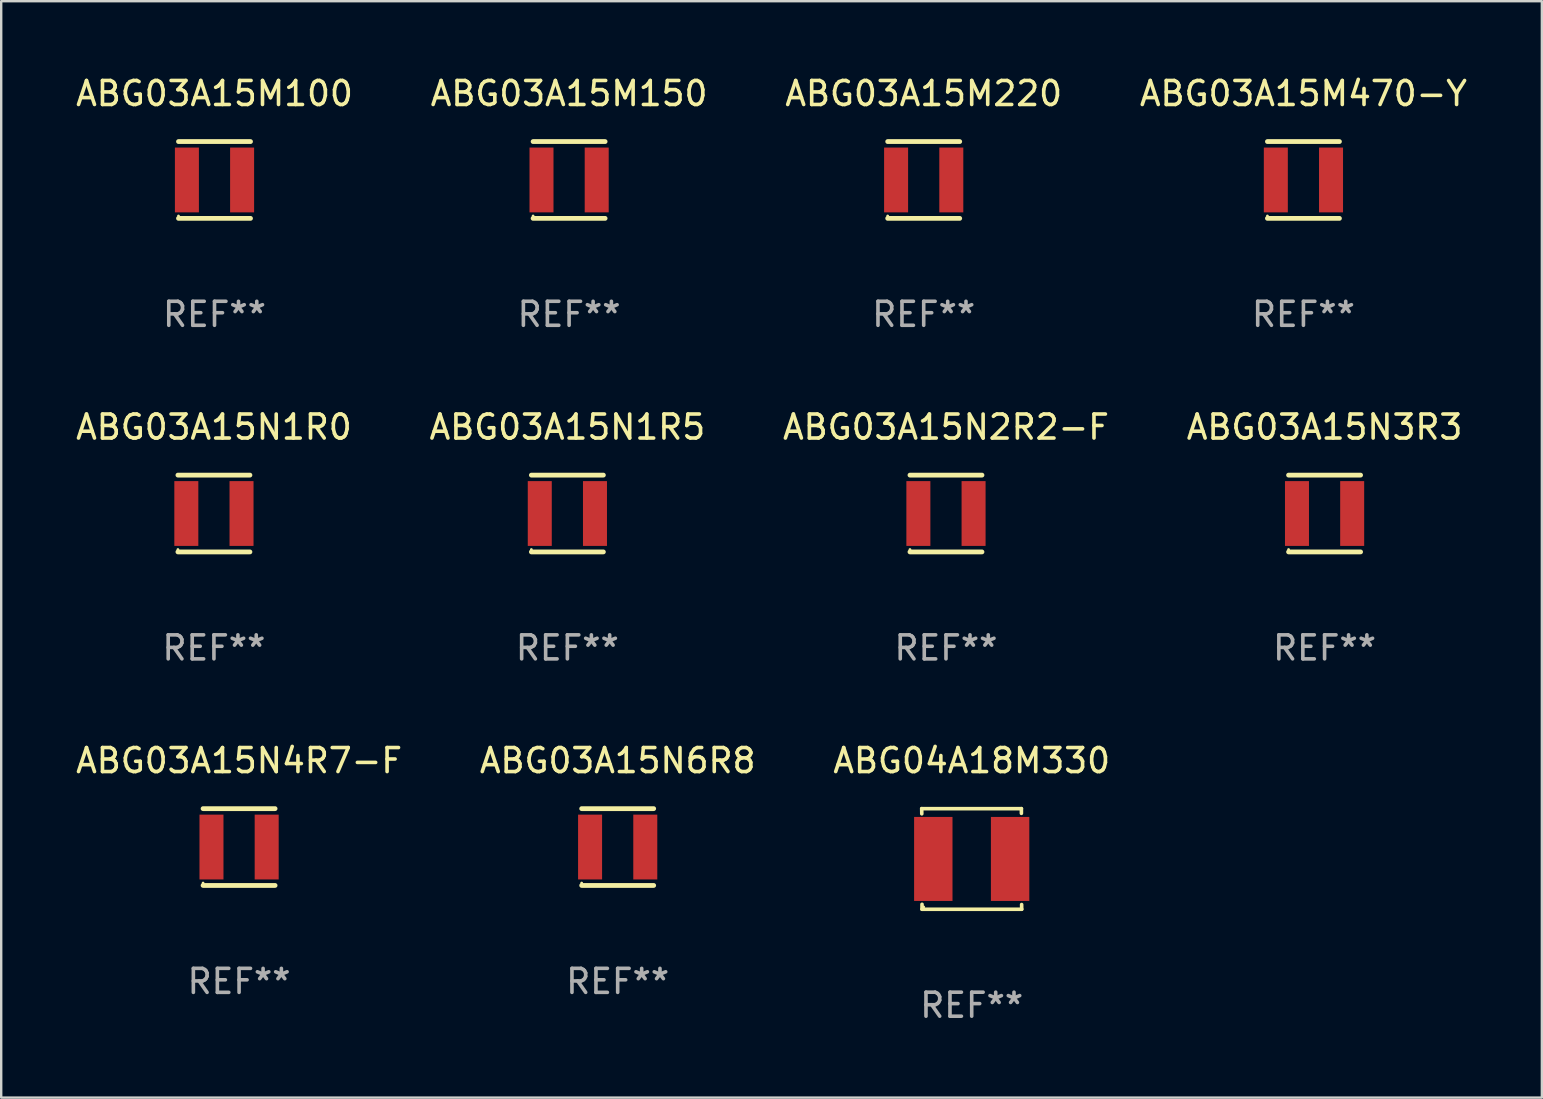
<source format=kicad_pcb>
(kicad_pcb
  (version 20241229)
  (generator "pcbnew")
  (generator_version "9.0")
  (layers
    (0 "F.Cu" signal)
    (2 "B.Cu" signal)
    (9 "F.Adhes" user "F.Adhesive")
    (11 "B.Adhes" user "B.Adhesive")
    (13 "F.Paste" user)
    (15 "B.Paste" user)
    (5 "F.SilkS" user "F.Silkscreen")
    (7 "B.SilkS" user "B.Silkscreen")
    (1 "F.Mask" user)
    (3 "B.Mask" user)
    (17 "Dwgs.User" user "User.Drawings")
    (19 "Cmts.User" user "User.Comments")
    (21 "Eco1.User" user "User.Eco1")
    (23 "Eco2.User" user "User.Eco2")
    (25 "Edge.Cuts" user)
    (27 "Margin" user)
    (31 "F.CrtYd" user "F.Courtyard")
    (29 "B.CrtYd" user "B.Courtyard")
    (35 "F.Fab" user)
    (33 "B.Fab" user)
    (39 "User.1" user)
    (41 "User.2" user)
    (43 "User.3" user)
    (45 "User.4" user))
  (footprint "ABG03A15N2R2-F"
    (layer "F.Cu")
    (at 36.363 18.345)
    (property "Reference" "ABG03A15N2R2-F" (at 0 -3.6 0) (layer "F.SilkS") (effects (font (size 1 1) (thickness 0.15))))
    (attr through_hole)
    (fp_line (start -1.5 -1.6) (end 1.5 -1.6) (stroke (width 0.2) (type solid)) (layer "F.SilkS"))
    (fp_line (start -1.5 1.6) (end 1.5 1.6) (stroke (width 0.2) (type solid)) (layer "F.SilkS"))
    (fp_circle (center -1.5 1.5) (end -1.47 1.5) (stroke (width 0.06) (type solid)) (fill no) (layer "F.SilkS"))
    (fp_text user "REF**" (at 0 5.6 0) (layer "F.Fab") (effects (font (size 1 1) (thickness 0.15))))
    (pad "1" smd rect (at -1.15 0) (size 1 2.7) (layers "F.Cu" "F.Mask" "F.Paste"))
    (pad "2" smd rect (at 1.15 0) (size 1 2.7) (layers "F.Cu" "F.Mask" "F.Paste")))
  (footprint "ABG03A15N6R8"
    (layer "F.Cu")
    (at 22.685 32.241)
    (property "Reference" "ABG03A15N6R8" (at 0 -3.6 0) (layer "F.SilkS") (effects (font (size 1 1) (thickness 0.15))))
    (attr through_hole)
    (fp_line (start -1.5 -1.6) (end 1.5 -1.6) (stroke (width 0.2) (type solid)) (layer "F.SilkS"))
    (fp_line (start -1.5 1.6) (end 1.5 1.6) (stroke (width 0.2) (type solid)) (layer "F.SilkS"))
    (fp_circle (center -1.5 1.5) (end -1.47 1.5) (stroke (width 0.06) (type solid)) (fill no) (layer "F.SilkS"))
    (fp_text user "REF**" (at 0 5.6 0) (layer "F.Fab") (effects (font (size 1 1) (thickness 0.15))))
    (pad "1" smd rect (at -1.15 0) (size 1 2.7) (layers "F.Cu" "F.Mask" "F.Paste"))
    (pad "2" smd rect (at 1.15 0) (size 1 2.7) (layers "F.Cu" "F.Mask" "F.Paste")))
  (footprint "ABG03A15M100"
    (layer "F.Cu")
    (at 5.887 4.448)
    (property "Reference" "ABG03A15M100" (at 0 -3.6 0) (layer "F.SilkS") (effects (font (size 1 1) (thickness 0.15))))
    (attr through_hole)
    (fp_line (start -1.5 -1.6) (end 1.5 -1.6) (stroke (width 0.2) (type solid)) (layer "F.SilkS"))
    (fp_line (start -1.5 1.6) (end 1.5 1.6) (stroke (width 0.2) (type solid)) (layer "F.SilkS"))
    (fp_circle (center -1.5 1.5) (end -1.47 1.5) (stroke (width 0.06) (type solid)) (fill no) (layer "F.SilkS"))
    (fp_text user "REF**" (at 0 5.6 0) (layer "F.Fab") (effects (font (size 1 1) (thickness 0.15))))
    (pad "1" smd rect (at -1.15 0) (size 1 2.7) (layers "F.Cu" "F.Mask" "F.Paste"))
    (pad "2" smd rect (at 1.15 0) (size 1 2.7) (layers "F.Cu" "F.Mask" "F.Paste")))
  (footprint "ABG03A15N3R3"
    (layer "F.Cu")
    (at 52.137 18.345)
    (property "Reference" "ABG03A15N3R3" (at 0 -3.6 0) (layer "F.SilkS") (effects (font (size 1 1) (thickness 0.15))))
    (attr through_hole)
    (fp_line (start -1.5 -1.6) (end 1.5 -1.6) (stroke (width 0.2) (type solid)) (layer "F.SilkS"))
    (fp_line (start -1.5 1.6) (end 1.5 1.6) (stroke (width 0.2) (type solid)) (layer "F.SilkS"))
    (fp_circle (center -1.5 1.5) (end -1.47 1.5) (stroke (width 0.06) (type solid)) (fill no) (layer "F.SilkS"))
    (fp_text user "REF**" (at 0 5.6 0) (layer "F.Fab") (effects (font (size 1 1) (thickness 0.15))))
    (pad "1" smd rect (at -1.15 0) (size 1 2.7) (layers "F.Cu" "F.Mask" "F.Paste"))
    (pad "2" smd rect (at 1.15 0) (size 1 2.7) (layers "F.Cu" "F.Mask" "F.Paste")))
  (footprint "ABG03A15N4R7-F"
    (layer "F.Cu")
    (at 6.911 32.241)
    (property "Reference" "ABG03A15N4R7-F" (at 0 -3.6 0) (layer "F.SilkS") (effects (font (size 1 1) (thickness 0.15))))
    (attr through_hole)
    (fp_line (start -1.5 -1.6) (end 1.5 -1.6) (stroke (width 0.2) (type solid)) (layer "F.SilkS"))
    (fp_line (start -1.5 1.6) (end 1.5 1.6) (stroke (width 0.2) (type solid)) (layer "F.SilkS"))
    (fp_circle (center -1.5 1.5) (end -1.47 1.5) (stroke (width 0.06) (type solid)) (fill no) (layer "F.SilkS"))
    (fp_text user "REF**" (at 0 5.6 0) (layer "F.Fab") (effects (font (size 1 1) (thickness 0.15))))
    (pad "1" smd rect (at -1.15 0) (size 1 2.7) (layers "F.Cu" "F.Mask" "F.Paste"))
    (pad "2" smd rect (at 1.15 0) (size 1 2.7) (layers "F.Cu" "F.Mask" "F.Paste")))
  (footprint "ABG03A15M220"
    (layer "F.Cu")
    (at 35.435 4.448)
    (property "Reference" "ABG03A15M220" (at 0 -3.6 0) (layer "F.SilkS") (effects (font (size 1 1) (thickness 0.15))))
    (attr through_hole)
    (fp_line (start -1.5 -1.6) (end 1.5 -1.6) (stroke (width 0.2) (type solid)) (layer "F.SilkS"))
    (fp_line (start -1.5 1.6) (end 1.5 1.6) (stroke (width 0.2) (type solid)) (layer "F.SilkS"))
    (fp_circle (center -1.5 1.5) (end -1.47 1.5) (stroke (width 0.06) (type solid)) (fill no) (layer "F.SilkS"))
    (fp_text user "REF**" (at 0 5.6 0) (layer "F.Fab") (effects (font (size 1 1) (thickness 0.15))))
    (pad "1" smd rect (at -1.15 0) (size 1 2.7) (layers "F.Cu" "F.Mask" "F.Paste"))
    (pad "2" smd rect (at 1.15 0) (size 1 2.7) (layers "F.Cu" "F.Mask" "F.Paste")))
  (footprint "ABG03A15M150"
    (layer "F.Cu")
    (at 20.661 4.448)
    (property "Reference" "ABG03A15M150" (at 0 -3.6 0) (layer "F.SilkS") (effects (font (size 1 1) (thickness 0.15))))
    (attr through_hole)
    (fp_line (start -1.5 -1.6) (end 1.5 -1.6) (stroke (width 0.2) (type solid)) (layer "F.SilkS"))
    (fp_line (start -1.5 1.6) (end 1.5 1.6) (stroke (width 0.2) (type solid)) (layer "F.SilkS"))
    (fp_circle (center -1.5 1.5) (end -1.47 1.5) (stroke (width 0.06) (type solid)) (fill no) (layer "F.SilkS"))
    (fp_text user "REF**" (at 0 5.6 0) (layer "F.Fab") (effects (font (size 1 1) (thickness 0.15))))
    (pad "1" smd rect (at -1.15 0) (size 1 2.7) (layers "F.Cu" "F.Mask" "F.Paste"))
    (pad "2" smd rect (at 1.15 0) (size 1 2.7) (layers "F.Cu" "F.Mask" "F.Paste")))
  (footprint "ABG03A15N1R5"
    (layer "F.Cu")
    (at 20.589 18.345)
    (property "Reference" "ABG03A15N1R5" (at 0 -3.6 0) (layer "F.SilkS") (effects (font (size 1 1) (thickness 0.15))))
    (attr through_hole)
    (fp_line (start -1.5 -1.6) (end 1.5 -1.6) (stroke (width 0.2) (type solid)) (layer "F.SilkS"))
    (fp_line (start -1.5 1.6) (end 1.5 1.6) (stroke (width 0.2) (type solid)) (layer "F.SilkS"))
    (fp_circle (center -1.5 1.5) (end -1.47 1.5) (stroke (width 0.06) (type solid)) (fill no) (layer "F.SilkS"))
    (fp_text user "REF**" (at 0 5.6 0) (layer "F.Fab") (effects (font (size 1 1) (thickness 0.15))))
    (pad "1" smd rect (at -1.15 0) (size 1 2.7) (layers "F.Cu" "F.Mask" "F.Paste"))
    (pad "2" smd rect (at 1.15 0) (size 1 2.7) (layers "F.Cu" "F.Mask" "F.Paste")))
  (footprint "ABG03A15N1R0"
    (layer "F.Cu")
    (at 5.863 18.345)
    (property "Reference" "ABG03A15N1R0" (at 0 -3.6 0) (layer "F.SilkS") (effects (font (size 1 1) (thickness 0.15))))
    (attr through_hole)
    (fp_line (start -1.5 -1.6) (end 1.5 -1.6) (stroke (width 0.2) (type solid)) (layer "F.SilkS"))
    (fp_line (start -1.5 1.6) (end 1.5 1.6) (stroke (width 0.2) (type solid)) (layer "F.SilkS"))
    (fp_circle (center -1.5 1.5) (end -1.47 1.5) (stroke (width 0.06) (type solid)) (fill no) (layer "F.SilkS"))
    (fp_text user "REF**" (at 0 5.6 0) (layer "F.Fab") (effects (font (size 1 1) (thickness 0.15))))
    (pad "1" smd rect (at -1.15 0) (size 1 2.7) (layers "F.Cu" "F.Mask" "F.Paste"))
    (pad "2" smd rect (at 1.15 0) (size 1 2.7) (layers "F.Cu" "F.Mask" "F.Paste")))
  (footprint "ABG04A18M330"
    (layer "F.Cu")
    (at 37.435 32.737)
    (property "Reference" "ABG04A18M330" (at 0 -4.096 0) (layer "F.SilkS") (effects (font (size 1 1) (thickness 0.15))))
    (attr through_hole)
    (fp_line (start -2.083 -2.096) (end -2.08 -1.88) (stroke (width 0.15) (type solid)) (layer "F.SilkS"))
    (fp_line (start -2.07 1.89) (end -2.07 2.096) (stroke (width 0.15) (type solid)) (layer "F.SilkS"))
    (fp_line (start -2.07 2.096) (end 2.083 2.096) (stroke (width 0.15) (type solid)) (layer "F.SilkS"))
    (fp_line (start 2.07 -1.9) (end 2.07 -2.096) (stroke (width 0.15) (type solid)) (layer "F.SilkS"))
    (fp_line (start 2.07 -2.096) (end -2.083 -2.096) (stroke (width 0.15) (type solid)) (layer "F.SilkS"))
    (fp_line (start 2.083 2.096) (end 2.08 1.9) (stroke (width 0.15) (type solid)) (layer "F.SilkS"))
    (fp_circle (center -2 2) (end -1.97 2) (stroke (width 0.06) (type solid)) (fill no) (layer "F.SilkS"))
    (fp_text user "REF**" (at 0 6.096 0) (layer "F.Fab") (effects (font (size 1 1) (thickness 0.15))))
    (pad "1" smd rect (at -1.6 -0.000343) (size 1.6 3.5) (layers "F.Cu" "F.Mask" "F.Paste"))
    (pad "2" smd rect (at 1.6 -0.000343) (size 1.6 3.5) (layers "F.Cu" "F.Mask" "F.Paste")))
  (footprint "ABG03A15M470-Y"
    (layer "F.Cu")
    (at 51.256 4.448)
    (property "Reference" "ABG03A15M470-Y" (at 0 -3.6 0) (layer "F.SilkS") (effects (font (size 1 1) (thickness 0.15))))
    (attr through_hole)
    (fp_line (start -1.5 -1.6) (end 1.5 -1.6) (stroke (width 0.2) (type solid)) (layer "F.SilkS"))
    (fp_line (start -1.5 1.6) (end 1.5 1.6) (stroke (width 0.2) (type solid)) (layer "F.SilkS"))
    (fp_circle (center -1.5 1.5) (end -1.47 1.5) (stroke (width 0.06) (type solid)) (fill no) (layer "F.SilkS"))
    (fp_text user "REF**" (at 0 5.6 0) (layer "F.Fab") (effects (font (size 1 1) (thickness 0.15))))
    (pad "1" smd rect (at -1.15 0) (size 1 2.7) (layers "F.Cu" "F.Mask" "F.Paste"))
    (pad "2" smd rect (at 1.15 0) (size 1 2.7) (layers "F.Cu" "F.Mask" "F.Paste")))
  (gr_rect
    (start -3 -3)
    (end 61.19 42.681)
    (stroke (width 0.1) (type default))
    (fill no)
    (layer "Edge.Cuts")))
</source>
